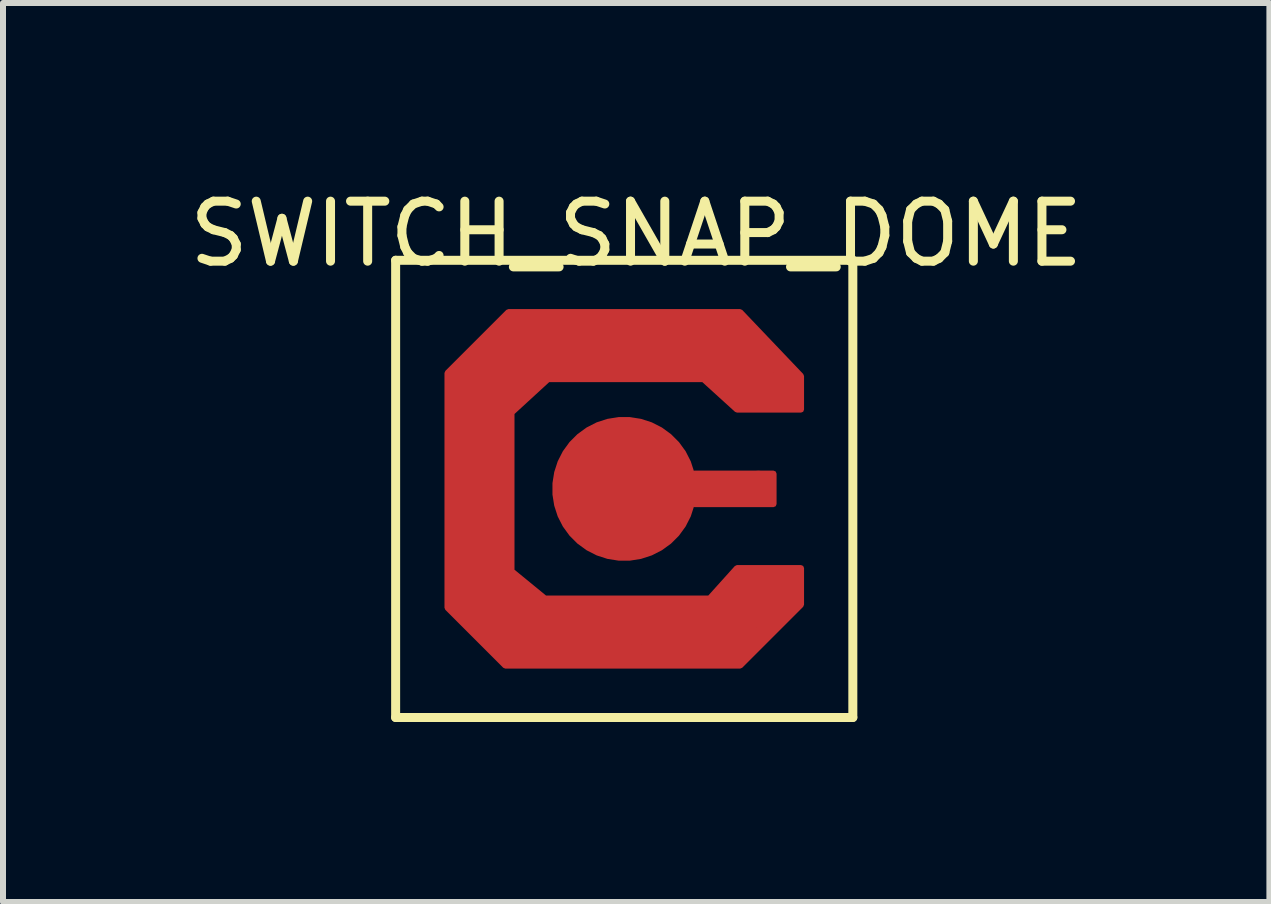
<source format=kicad_pcb>
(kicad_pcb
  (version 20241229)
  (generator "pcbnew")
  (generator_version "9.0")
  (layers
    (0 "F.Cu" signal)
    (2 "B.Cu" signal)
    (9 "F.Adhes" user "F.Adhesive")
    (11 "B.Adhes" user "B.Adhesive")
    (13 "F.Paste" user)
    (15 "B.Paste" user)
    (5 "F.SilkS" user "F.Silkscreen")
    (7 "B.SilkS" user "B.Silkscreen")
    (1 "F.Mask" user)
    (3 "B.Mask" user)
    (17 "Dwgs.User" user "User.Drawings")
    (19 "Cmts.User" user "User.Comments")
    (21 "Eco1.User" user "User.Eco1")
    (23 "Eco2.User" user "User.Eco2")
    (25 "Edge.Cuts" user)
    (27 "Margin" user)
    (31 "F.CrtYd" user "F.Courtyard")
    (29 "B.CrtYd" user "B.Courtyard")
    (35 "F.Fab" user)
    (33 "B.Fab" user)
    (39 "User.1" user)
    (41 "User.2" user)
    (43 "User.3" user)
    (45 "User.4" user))
  (footprint "SWITCH_SNAP_DOME"
    (layer "F.Cu")
    (at 7.354 5.098)
    (property "Reference" "SWITCH_SNAP_DOME" (at 0.2 -4.25 0) (layer "F.SilkS") (effects (font (size 1 1) (thickness 0.15))))
    (attr exclude_from_pos_files exclude_from_bom)
    (fp_line (start -3.81 -3.81) (end -3.81 3.81) (stroke (width 0.15) (type solid)) (layer "F.SilkS"))
    (fp_line (start -3.81 3.81) (end 3.81 3.81) (stroke (width 0.15) (type solid)) (layer "F.SilkS"))
    (fp_line (start 3.81 -3.81) (end -3.81 -3.81) (stroke (width 0.15) (type solid)) (layer "F.SilkS"))
    (fp_line (start 3.81 3.81) (end 3.81 -3.81) (stroke (width 0.15) (type solid)) (layer "F.SilkS"))
    (pad "1" smd custom (at 0 0) (size 2.4 2.4) (layers "F.Cu" "F.Mask" "F.Paste") (options (anchor circle)) (primitives (gr_poly (pts (xy 1.168 -0.254) (xy 2.489 -0.254) (xy 2.489 0.254) (xy 1.168 0.254)) (width 0.1) (fill yes))))
    (pad "1" smd circle (at 2.235 -0.051) (size 0.5 0.5) (layers "F.Cu" "F.Mask" "F.Paste"))
    (pad "2" smd circle (at -2.438 0.051) (size 0.5 0.5) (layers "F.Cu" "F.Mask" "F.Paste"))
    (pad "2" smd circle (at -2.083 2.032) (size 0.5 0.5) (layers "F.Cu" "F.Mask" "F.Paste"))
    (pad "2" smd circle (at -2.032 -2.083) (size 0.5 0.5) (layers "F.Cu" "F.Mask" "F.Paste"))
    (pad "2" smd custom (at 0.051 -2.388) (size 1 1) (layers "F.Cu" "F.Mask" "F.Paste") (options (anchor circle)) (primitives (gr_poly (pts (xy 2.896 0.508) (xy 2.896 1.067) (xy 1.829 1.067) (xy 1.27 0.559) (xy -1.321 0.559) (xy -1.93 1.118) (xy -1.93 3.759) (xy -1.372 4.216) (xy 1.372 4.216) (xy 1.829 3.708) (xy 2.896 3.708) (xy 2.896 4.318) (xy 1.88 5.334) (xy -2.032 5.334) (xy -2.997 4.369) (xy -2.997 0.457) (xy -1.981 -0.559) (xy 1.88 -0.559)) (width 0.1) (fill yes))))
    (pad "2" smd circle (at 0.152 2.388) (size 0.5 0.5) (layers "F.Cu" "F.Mask" "F.Paste"))
    (pad "2" smd circle (at 2.032 2.134) (size 0.5 0.5) (layers "F.Cu" "F.Mask" "F.Paste"))
    (pad "2" smd circle (at 2.235 -1.93) (size 0.5 0.5) (layers "F.Cu" "F.Mask" "F.Paste")))
  (gr_rect
    (start -3 -3)
    (end 18.107 11.983)
    (stroke (width 0.1) (type default))
    (fill no)
    (layer "Edge.Cuts")))
</source>
